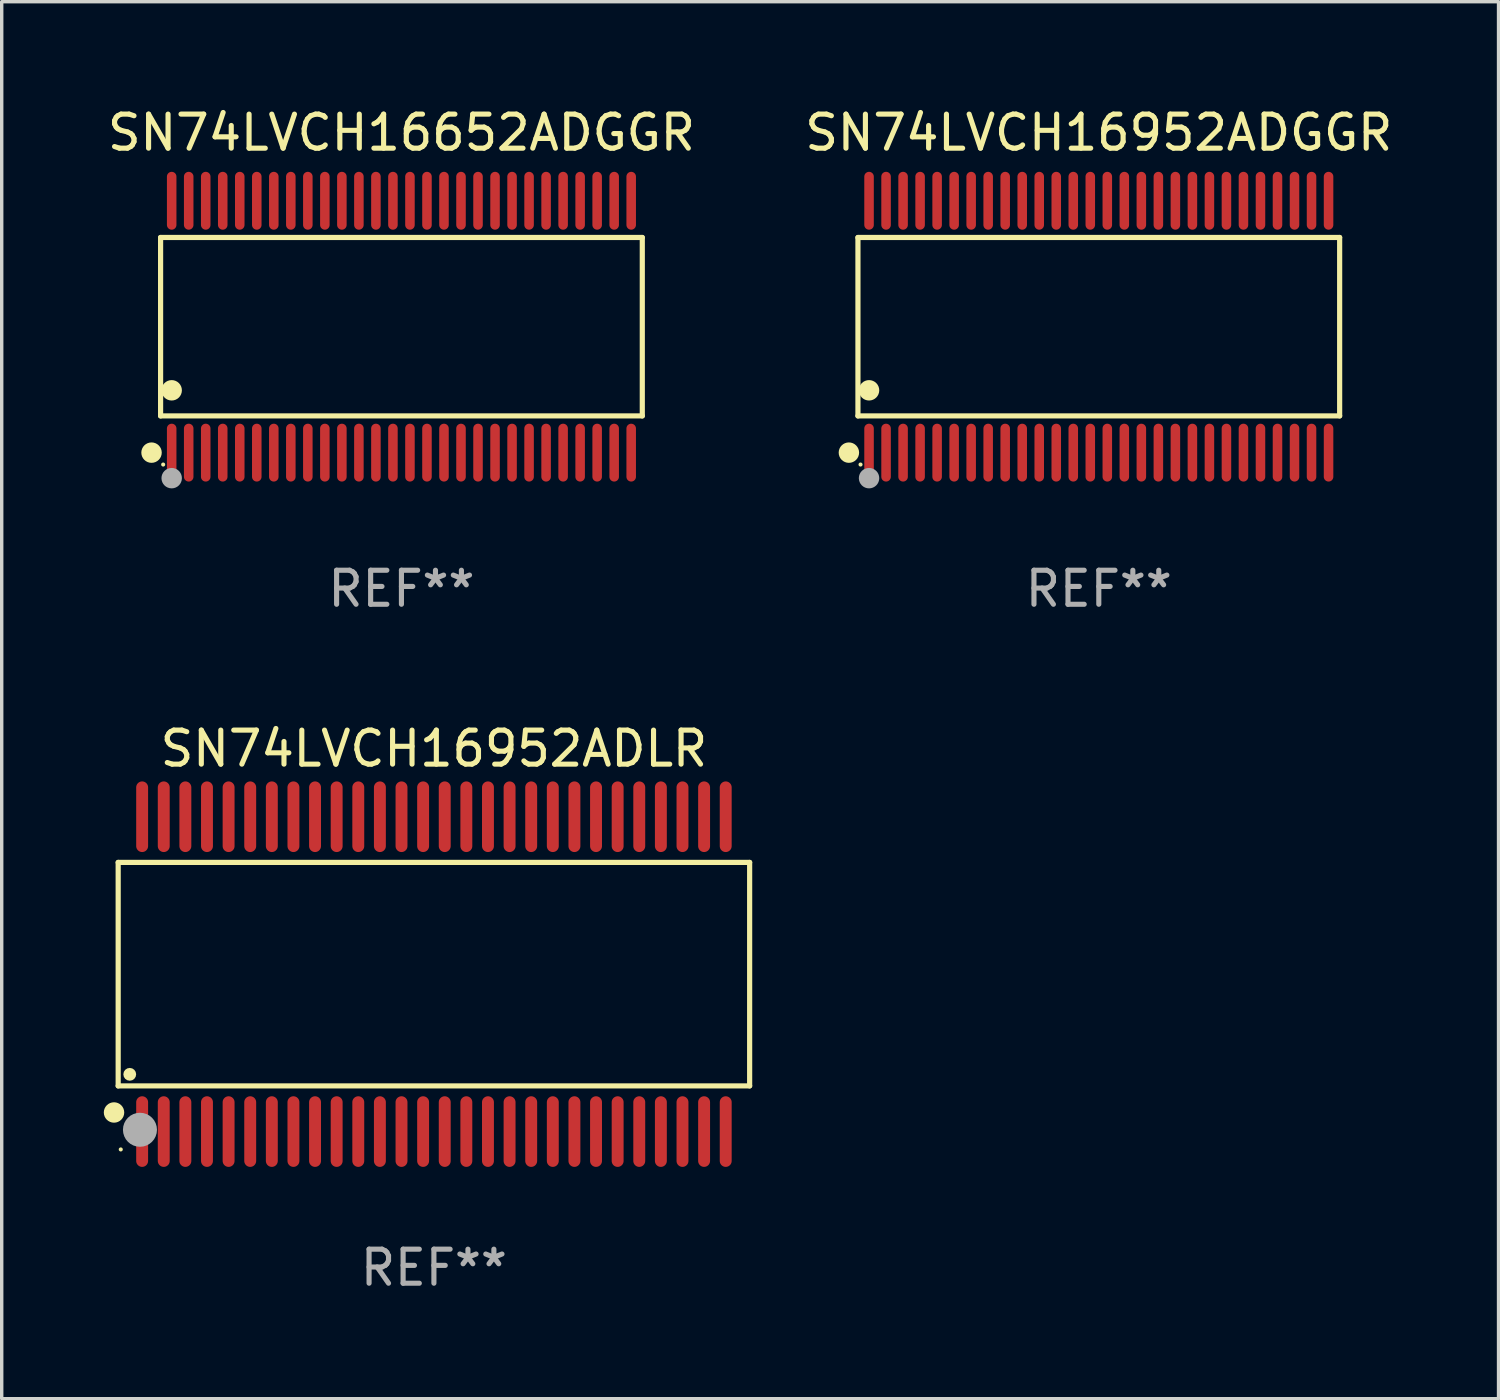
<source format=kicad_pcb>
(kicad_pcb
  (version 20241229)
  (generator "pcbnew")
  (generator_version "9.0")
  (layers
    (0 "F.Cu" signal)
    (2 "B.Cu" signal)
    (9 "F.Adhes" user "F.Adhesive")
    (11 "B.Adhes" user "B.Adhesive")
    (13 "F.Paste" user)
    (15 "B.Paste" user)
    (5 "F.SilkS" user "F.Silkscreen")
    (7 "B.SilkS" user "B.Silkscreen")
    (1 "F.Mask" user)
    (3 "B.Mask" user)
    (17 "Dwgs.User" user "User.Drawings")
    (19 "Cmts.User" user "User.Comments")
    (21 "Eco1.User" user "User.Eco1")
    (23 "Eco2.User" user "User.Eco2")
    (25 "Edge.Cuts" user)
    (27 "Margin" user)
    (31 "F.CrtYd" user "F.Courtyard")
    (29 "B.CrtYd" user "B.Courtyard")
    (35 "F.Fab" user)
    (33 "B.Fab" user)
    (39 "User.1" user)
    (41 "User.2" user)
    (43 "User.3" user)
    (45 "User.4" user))
  (footprint "SN74LVCH16952ADGGR"
    (layer "F.Cu")
    (at 29.232 6.548)
    (property "Reference" "SN74LVCH16952ADGGR" (at 0 -5.7 0) (layer "F.SilkS") (effects (font (size 1 1) (thickness 0.15))))
    (attr through_hole)
    (fp_line (start -7.076 -2.621) (end 7.076 -2.621) (stroke (width 0.152) (type solid)) (layer "F.SilkS"))
    (fp_line (start -7.076 2.621) (end -7.076 -2.621) (stroke (width 0.152) (type solid)) (layer "F.SilkS"))
    (fp_line (start 7.076 -2.621) (end 7.076 2.621) (stroke (width 0.152) (type solid)) (layer "F.SilkS"))
    (fp_line (start 7.076 2.621) (end -7.076 2.621) (stroke (width 0.152) (type solid)) (layer "F.SilkS"))
    (fp_circle (center -7.342 3.7) (end -7.192 3.7) (stroke (width 0.3) (type solid)) (fill no) (layer "F.SilkS"))
    (fp_circle (center -7 4.05) (end -6.97 4.05) (stroke (width 0.06) (type solid)) (fill no) (layer "F.SilkS"))
    (fp_circle (center -6.75 1.869) (end -6.6 1.869) (stroke (width 0.3) (type solid)) (fill no) (layer "F.SilkS"))
    (fp_circle (center -6.75 4.45) (end -6.6 4.45) (stroke (width 0.3) (type solid)) (fill no) (layer "F.Fab"))
    (fp_text user "REF**" (at 0 7.7 0) (layer "F.Fab") (effects (font (size 1 1) (thickness 0.15))))
    (pad "1" smd oval (at -6.75 3.7) (size 0.28 1.7) (layers "F.Cu" "F.Mask" "F.Paste"))
    (pad "2" smd oval (at -6.25 3.7) (size 0.28 1.7) (layers "F.Cu" "F.Mask" "F.Paste"))
    (pad "3" smd oval (at -5.75 3.7) (size 0.28 1.7) (layers "F.Cu" "F.Mask" "F.Paste"))
    (pad "4" smd oval (at -5.25 3.7) (size 0.28 1.7) (layers "F.Cu" "F.Mask" "F.Paste"))
    (pad "5" smd oval (at -4.75 3.7) (size 0.28 1.7) (layers "F.Cu" "F.Mask" "F.Paste"))
    (pad "6" smd oval (at -4.25 3.7) (size 0.28 1.7) (layers "F.Cu" "F.Mask" "F.Paste"))
    (pad "7" smd oval (at -3.75 3.7) (size 0.28 1.7) (layers "F.Cu" "F.Mask" "F.Paste"))
    (pad "8" smd oval (at -3.25 3.7) (size 0.28 1.7) (layers "F.Cu" "F.Mask" "F.Paste"))
    (pad "9" smd oval (at -2.75 3.7) (size 0.28 1.7) (layers "F.Cu" "F.Mask" "F.Paste"))
    (pad "10" smd oval (at -2.25 3.7) (size 0.28 1.7) (layers "F.Cu" "F.Mask" "F.Paste"))
    (pad "11" smd oval (at -1.75 3.7) (size 0.28 1.7) (layers "F.Cu" "F.Mask" "F.Paste"))
    (pad "12" smd oval (at -1.25 3.7) (size 0.28 1.7) (layers "F.Cu" "F.Mask" "F.Paste"))
    (pad "13" smd oval (at -0.75 3.7) (size 0.28 1.7) (layers "F.Cu" "F.Mask" "F.Paste"))
    (pad "14" smd oval (at -0.25 3.7) (size 0.28 1.7) (layers "F.Cu" "F.Mask" "F.Paste"))
    (pad "15" smd oval (at 0.25 3.7) (size 0.28 1.7) (layers "F.Cu" "F.Mask" "F.Paste"))
    (pad "16" smd oval (at 0.75 3.7) (size 0.28 1.7) (layers "F.Cu" "F.Mask" "F.Paste"))
    (pad "17" smd oval (at 1.25 3.7) (size 0.28 1.7) (layers "F.Cu" "F.Mask" "F.Paste"))
    (pad "18" smd oval (at 1.75 3.7) (size 0.28 1.7) (layers "F.Cu" "F.Mask" "F.Paste"))
    (pad "19" smd oval (at 2.25 3.7) (size 0.28 1.7) (layers "F.Cu" "F.Mask" "F.Paste"))
    (pad "20" smd oval (at 2.75 3.7) (size 0.28 1.7) (layers "F.Cu" "F.Mask" "F.Paste"))
    (pad "21" smd oval (at 3.25 3.7) (size 0.28 1.7) (layers "F.Cu" "F.Mask" "F.Paste"))
    (pad "22" smd oval (at 3.75 3.7) (size 0.28 1.7) (layers "F.Cu" "F.Mask" "F.Paste"))
    (pad "23" smd oval (at 4.25 3.7) (size 0.28 1.7) (layers "F.Cu" "F.Mask" "F.Paste"))
    (pad "24" smd oval (at 4.75 3.7) (size 0.28 1.7) (layers "F.Cu" "F.Mask" "F.Paste"))
    (pad "25" smd oval (at 5.25 3.7) (size 0.28 1.7) (layers "F.Cu" "F.Mask" "F.Paste"))
    (pad "26" smd oval (at 5.75 3.7) (size 0.28 1.7) (layers "F.Cu" "F.Mask" "F.Paste"))
    (pad "27" smd oval (at 6.25 3.7) (size 0.28 1.7) (layers "F.Cu" "F.Mask" "F.Paste"))
    (pad "28" smd oval (at 6.75 3.7) (size 0.28 1.7) (layers "F.Cu" "F.Mask" "F.Paste"))
    (pad "29" smd oval (at 6.75 -3.7) (size 0.28 1.7) (layers "F.Cu" "F.Mask" "F.Paste"))
    (pad "30" smd oval (at 6.25 -3.7) (size 0.28 1.7) (layers "F.Cu" "F.Mask" "F.Paste"))
    (pad "31" smd oval (at 5.75 -3.7) (size 0.28 1.7) (layers "F.Cu" "F.Mask" "F.Paste"))
    (pad "32" smd oval (at 5.25 -3.7) (size 0.28 1.7) (layers "F.Cu" "F.Mask" "F.Paste"))
    (pad "33" smd oval (at 4.75 -3.7) (size 0.28 1.7) (layers "F.Cu" "F.Mask" "F.Paste"))
    (pad "34" smd oval (at 4.25 -3.7) (size 0.28 1.7) (layers "F.Cu" "F.Mask" "F.Paste"))
    (pad "35" smd oval (at 3.75 -3.7) (size 0.28 1.7) (layers "F.Cu" "F.Mask" "F.Paste"))
    (pad "36" smd oval (at 3.25 -3.7) (size 0.28 1.7) (layers "F.Cu" "F.Mask" "F.Paste"))
    (pad "37" smd oval (at 2.75 -3.7) (size 0.28 1.7) (layers "F.Cu" "F.Mask" "F.Paste"))
    (pad "38" smd oval (at 2.25 -3.7) (size 0.28 1.7) (layers "F.Cu" "F.Mask" "F.Paste"))
    (pad "39" smd oval (at 1.75 -3.7) (size 0.28 1.7) (layers "F.Cu" "F.Mask" "F.Paste"))
    (pad "40" smd oval (at 1.25 -3.7) (size 0.28 1.7) (layers "F.Cu" "F.Mask" "F.Paste"))
    (pad "41" smd oval (at 0.75 -3.7) (size 0.28 1.7) (layers "F.Cu" "F.Mask" "F.Paste"))
    (pad "42" smd oval (at 0.25 -3.7) (size 0.28 1.7) (layers "F.Cu" "F.Mask" "F.Paste"))
    (pad "43" smd oval (at -0.25 -3.7) (size 0.28 1.7) (layers "F.Cu" "F.Mask" "F.Paste"))
    (pad "44" smd oval (at -0.75 -3.7) (size 0.28 1.7) (layers "F.Cu" "F.Mask" "F.Paste"))
    (pad "45" smd oval (at -1.25 -3.7) (size 0.28 1.7) (layers "F.Cu" "F.Mask" "F.Paste"))
    (pad "46" smd oval (at -1.75 -3.7) (size 0.28 1.7) (layers "F.Cu" "F.Mask" "F.Paste"))
    (pad "47" smd oval (at -2.25 -3.7) (size 0.28 1.7) (layers "F.Cu" "F.Mask" "F.Paste"))
    (pad "48" smd oval (at -2.75 -3.7) (size 0.28 1.7) (layers "F.Cu" "F.Mask" "F.Paste"))
    (pad "49" smd oval (at -3.25 -3.7) (size 0.28 1.7) (layers "F.Cu" "F.Mask" "F.Paste"))
    (pad "50" smd oval (at -3.75 -3.7) (size 0.28 1.7) (layers "F.Cu" "F.Mask" "F.Paste"))
    (pad "51" smd oval (at -4.25 -3.7) (size 0.28 1.7) (layers "F.Cu" "F.Mask" "F.Paste"))
    (pad "52" smd oval (at -4.75 -3.7) (size 0.28 1.7) (layers "F.Cu" "F.Mask" "F.Paste"))
    (pad "53" smd oval (at -5.25 -3.7) (size 0.28 1.7) (layers "F.Cu" "F.Mask" "F.Paste"))
    (pad "54" smd oval (at -5.75 -3.7) (size 0.28 1.7) (layers "F.Cu" "F.Mask" "F.Paste"))
    (pad "55" smd oval (at -6.25 -3.7) (size 0.28 1.7) (layers "F.Cu" "F.Mask" "F.Paste"))
    (pad "56" smd oval (at -6.75 -3.7) (size 0.28 1.7) (layers "F.Cu" "F.Mask" "F.Paste")))
  (footprint "SN74LVCH16652ADGGR"
    (layer "F.Cu")
    (at 8.744 6.548)
    (property "Reference" "SN74LVCH16652ADGGR" (at 0 -5.7 0) (layer "F.SilkS") (effects (font (size 1 1) (thickness 0.15))))
    (attr through_hole)
    (fp_line (start -7.076 -2.621) (end 7.076 -2.621) (stroke (width 0.152) (type solid)) (layer "F.SilkS"))
    (fp_line (start -7.076 2.621) (end -7.076 -2.621) (stroke (width 0.152) (type solid)) (layer "F.SilkS"))
    (fp_line (start 7.076 -2.621) (end 7.076 2.621) (stroke (width 0.152) (type solid)) (layer "F.SilkS"))
    (fp_line (start 7.076 2.621) (end -7.076 2.621) (stroke (width 0.152) (type solid)) (layer "F.SilkS"))
    (fp_circle (center -7.342 3.7) (end -7.192 3.7) (stroke (width 0.3) (type solid)) (fill no) (layer "F.SilkS"))
    (fp_circle (center -7 4.05) (end -6.97 4.05) (stroke (width 0.06) (type solid)) (fill no) (layer "F.SilkS"))
    (fp_circle (center -6.75 1.869) (end -6.6 1.869) (stroke (width 0.3) (type solid)) (fill no) (layer "F.SilkS"))
    (fp_circle (center -6.75 4.45) (end -6.6 4.45) (stroke (width 0.3) (type solid)) (fill no) (layer "F.Fab"))
    (fp_text user "REF**" (at 0 7.7 0) (layer "F.Fab") (effects (font (size 1 1) (thickness 0.15))))
    (pad "1" smd oval (at -6.75 3.7) (size 0.28 1.7) (layers "F.Cu" "F.Mask" "F.Paste"))
    (pad "2" smd oval (at -6.25 3.7) (size 0.28 1.7) (layers "F.Cu" "F.Mask" "F.Paste"))
    (pad "3" smd oval (at -5.75 3.7) (size 0.28 1.7) (layers "F.Cu" "F.Mask" "F.Paste"))
    (pad "4" smd oval (at -5.25 3.7) (size 0.28 1.7) (layers "F.Cu" "F.Mask" "F.Paste"))
    (pad "5" smd oval (at -4.75 3.7) (size 0.28 1.7) (layers "F.Cu" "F.Mask" "F.Paste"))
    (pad "6" smd oval (at -4.25 3.7) (size 0.28 1.7) (layers "F.Cu" "F.Mask" "F.Paste"))
    (pad "7" smd oval (at -3.75 3.7) (size 0.28 1.7) (layers "F.Cu" "F.Mask" "F.Paste"))
    (pad "8" smd oval (at -3.25 3.7) (size 0.28 1.7) (layers "F.Cu" "F.Mask" "F.Paste"))
    (pad "9" smd oval (at -2.75 3.7) (size 0.28 1.7) (layers "F.Cu" "F.Mask" "F.Paste"))
    (pad "10" smd oval (at -2.25 3.7) (size 0.28 1.7) (layers "F.Cu" "F.Mask" "F.Paste"))
    (pad "11" smd oval (at -1.75 3.7) (size 0.28 1.7) (layers "F.Cu" "F.Mask" "F.Paste"))
    (pad "12" smd oval (at -1.25 3.7) (size 0.28 1.7) (layers "F.Cu" "F.Mask" "F.Paste"))
    (pad "13" smd oval (at -0.75 3.7) (size 0.28 1.7) (layers "F.Cu" "F.Mask" "F.Paste"))
    (pad "14" smd oval (at -0.25 3.7) (size 0.28 1.7) (layers "F.Cu" "F.Mask" "F.Paste"))
    (pad "15" smd oval (at 0.25 3.7) (size 0.28 1.7) (layers "F.Cu" "F.Mask" "F.Paste"))
    (pad "16" smd oval (at 0.75 3.7) (size 0.28 1.7) (layers "F.Cu" "F.Mask" "F.Paste"))
    (pad "17" smd oval (at 1.25 3.7) (size 0.28 1.7) (layers "F.Cu" "F.Mask" "F.Paste"))
    (pad "18" smd oval (at 1.75 3.7) (size 0.28 1.7) (layers "F.Cu" "F.Mask" "F.Paste"))
    (pad "19" smd oval (at 2.25 3.7) (size 0.28 1.7) (layers "F.Cu" "F.Mask" "F.Paste"))
    (pad "20" smd oval (at 2.75 3.7) (size 0.28 1.7) (layers "F.Cu" "F.Mask" "F.Paste"))
    (pad "21" smd oval (at 3.25 3.7) (size 0.28 1.7) (layers "F.Cu" "F.Mask" "F.Paste"))
    (pad "22" smd oval (at 3.75 3.7) (size 0.28 1.7) (layers "F.Cu" "F.Mask" "F.Paste"))
    (pad "23" smd oval (at 4.25 3.7) (size 0.28 1.7) (layers "F.Cu" "F.Mask" "F.Paste"))
    (pad "24" smd oval (at 4.75 3.7) (size 0.28 1.7) (layers "F.Cu" "F.Mask" "F.Paste"))
    (pad "25" smd oval (at 5.25 3.7) (size 0.28 1.7) (layers "F.Cu" "F.Mask" "F.Paste"))
    (pad "26" smd oval (at 5.75 3.7) (size 0.28 1.7) (layers "F.Cu" "F.Mask" "F.Paste"))
    (pad "27" smd oval (at 6.25 3.7) (size 0.28 1.7) (layers "F.Cu" "F.Mask" "F.Paste"))
    (pad "28" smd oval (at 6.75 3.7) (size 0.28 1.7) (layers "F.Cu" "F.Mask" "F.Paste"))
    (pad "29" smd oval (at 6.75 -3.7) (size 0.28 1.7) (layers "F.Cu" "F.Mask" "F.Paste"))
    (pad "30" smd oval (at 6.25 -3.7) (size 0.28 1.7) (layers "F.Cu" "F.Mask" "F.Paste"))
    (pad "31" smd oval (at 5.75 -3.7) (size 0.28 1.7) (layers "F.Cu" "F.Mask" "F.Paste"))
    (pad "32" smd oval (at 5.25 -3.7) (size 0.28 1.7) (layers "F.Cu" "F.Mask" "F.Paste"))
    (pad "33" smd oval (at 4.75 -3.7) (size 0.28 1.7) (layers "F.Cu" "F.Mask" "F.Paste"))
    (pad "34" smd oval (at 4.25 -3.7) (size 0.28 1.7) (layers "F.Cu" "F.Mask" "F.Paste"))
    (pad "35" smd oval (at 3.75 -3.7) (size 0.28 1.7) (layers "F.Cu" "F.Mask" "F.Paste"))
    (pad "36" smd oval (at 3.25 -3.7) (size 0.28 1.7) (layers "F.Cu" "F.Mask" "F.Paste"))
    (pad "37" smd oval (at 2.75 -3.7) (size 0.28 1.7) (layers "F.Cu" "F.Mask" "F.Paste"))
    (pad "38" smd oval (at 2.25 -3.7) (size 0.28 1.7) (layers "F.Cu" "F.Mask" "F.Paste"))
    (pad "39" smd oval (at 1.75 -3.7) (size 0.28 1.7) (layers "F.Cu" "F.Mask" "F.Paste"))
    (pad "40" smd oval (at 1.25 -3.7) (size 0.28 1.7) (layers "F.Cu" "F.Mask" "F.Paste"))
    (pad "41" smd oval (at 0.75 -3.7) (size 0.28 1.7) (layers "F.Cu" "F.Mask" "F.Paste"))
    (pad "42" smd oval (at 0.25 -3.7) (size 0.28 1.7) (layers "F.Cu" "F.Mask" "F.Paste"))
    (pad "43" smd oval (at -0.25 -3.7) (size 0.28 1.7) (layers "F.Cu" "F.Mask" "F.Paste"))
    (pad "44" smd oval (at -0.75 -3.7) (size 0.28 1.7) (layers "F.Cu" "F.Mask" "F.Paste"))
    (pad "45" smd oval (at -1.25 -3.7) (size 0.28 1.7) (layers "F.Cu" "F.Mask" "F.Paste"))
    (pad "46" smd oval (at -1.75 -3.7) (size 0.28 1.7) (layers "F.Cu" "F.Mask" "F.Paste"))
    (pad "47" smd oval (at -2.25 -3.7) (size 0.28 1.7) (layers "F.Cu" "F.Mask" "F.Paste"))
    (pad "48" smd oval (at -2.75 -3.7) (size 0.28 1.7) (layers "F.Cu" "F.Mask" "F.Paste"))
    (pad "49" smd oval (at -3.25 -3.7) (size 0.28 1.7) (layers "F.Cu" "F.Mask" "F.Paste"))
    (pad "50" smd oval (at -3.75 -3.7) (size 0.28 1.7) (layers "F.Cu" "F.Mask" "F.Paste"))
    (pad "51" smd oval (at -4.25 -3.7) (size 0.28 1.7) (layers "F.Cu" "F.Mask" "F.Paste"))
    (pad "52" smd oval (at -4.75 -3.7) (size 0.28 1.7) (layers "F.Cu" "F.Mask" "F.Paste"))
    (pad "53" smd oval (at -5.25 -3.7) (size 0.28 1.7) (layers "F.Cu" "F.Mask" "F.Paste"))
    (pad "54" smd oval (at -5.75 -3.7) (size 0.28 1.7) (layers "F.Cu" "F.Mask" "F.Paste"))
    (pad "55" smd oval (at -6.25 -3.7) (size 0.28 1.7) (layers "F.Cu" "F.Mask" "F.Paste"))
    (pad "56" smd oval (at -6.75 -3.7) (size 0.28 1.7) (layers "F.Cu" "F.Mask" "F.Paste")))
  (footprint "SN74LVCH16952ADLR"
    (layer "F.Cu")
    (at 9.698 25.57)
    (property "Reference" "SN74LVCH16952ADLR" (at 0 -6.625 0) (layer "F.SilkS") (effects (font (size 1 1) (thickness 0.15))))
    (attr through_hole)
    (fp_line (start -9.276 -3.283) (end 9.276 -3.283) (stroke (width 0.152) (type solid)) (layer "F.SilkS"))
    (fp_line (start -9.276 3.283) (end -9.276 -3.283) (stroke (width 0.152) (type solid)) (layer "F.SilkS"))
    (fp_line (start 9.276 -3.283) (end 9.276 3.283) (stroke (width 0.152) (type solid)) (layer "F.SilkS"))
    (fp_line (start 9.276 3.283) (end -9.276 3.283) (stroke (width 0.152) (type solid)) (layer "F.SilkS"))
    (fp_circle (center -9.398 4.064) (end -9.248 4.064) (stroke (width 0.3) (type solid)) (fill no) (layer "F.SilkS"))
    (fp_circle (center -9.2 5.15) (end -9.17 5.15) (stroke (width 0.06) (type solid)) (fill no) (layer "F.SilkS"))
    (fp_circle (center -8.936 2.943) (end -8.842 2.943) (stroke (width 0.188) (type solid)) (fill no) (layer "F.SilkS"))
    (fp_circle (center -8.636 4.572) (end -8.386 4.572) (stroke (width 0.5) (type solid)) (fill no) (layer "F.Fab"))
    (fp_text user "REF**" (at 0 8.625 0) (layer "F.Fab") (effects (font (size 1 1) (thickness 0.15))))
    (pad "1" smd oval (at -8.572 4.625 90) (size 2.075 0.35) (layers "F.Cu" "F.Mask" "F.Paste"))
    (pad "2" smd oval (at -7.937 4.625 90) (size 2.075 0.35) (layers "F.Cu" "F.Mask" "F.Paste"))
    (pad "3" smd oval (at -7.302 4.625 90) (size 2.075 0.35) (layers "F.Cu" "F.Mask" "F.Paste"))
    (pad "4" smd oval (at -6.667 4.625 90) (size 2.075 0.35) (layers "F.Cu" "F.Mask" "F.Paste"))
    (pad "5" smd oval (at -6.032 4.625 90) (size 2.075 0.35) (layers "F.Cu" "F.Mask" "F.Paste"))
    (pad "6" smd oval (at -5.397 4.625 90) (size 2.075 0.35) (layers "F.Cu" "F.Mask" "F.Paste"))
    (pad "7" smd oval (at -4.762 4.625 90) (size 2.075 0.35) (layers "F.Cu" "F.Mask" "F.Paste"))
    (pad "8" smd oval (at -4.127 4.625 90) (size 2.075 0.35) (layers "F.Cu" "F.Mask" "F.Paste"))
    (pad "9" smd oval (at -3.492 4.625 90) (size 2.075 0.35) (layers "F.Cu" "F.Mask" "F.Paste"))
    (pad "10" smd oval (at -2.857 4.625 90) (size 2.075 0.35) (layers "F.Cu" "F.Mask" "F.Paste"))
    (pad "11" smd oval (at -2.222 4.625 90) (size 2.075 0.35) (layers "F.Cu" "F.Mask" "F.Paste"))
    (pad "12" smd oval (at -1.587 4.625 90) (size 2.075 0.35) (layers "F.Cu" "F.Mask" "F.Paste"))
    (pad "13" smd oval (at -0.952 4.625 90) (size 2.075 0.35) (layers "F.Cu" "F.Mask" "F.Paste"))
    (pad "14" smd oval (at -0.317 4.625 90) (size 2.075 0.35) (layers "F.Cu" "F.Mask" "F.Paste"))
    (pad "15" smd oval (at 0.318 4.625 90) (size 2.075 0.35) (layers "F.Cu" "F.Mask" "F.Paste"))
    (pad "16" smd oval (at 0.953 4.625 90) (size 2.075 0.35) (layers "F.Cu" "F.Mask" "F.Paste"))
    (pad "17" smd oval (at 1.588 4.625 90) (size 2.075 0.35) (layers "F.Cu" "F.Mask" "F.Paste"))
    (pad "18" smd oval (at 2.223 4.625 90) (size 2.075 0.35) (layers "F.Cu" "F.Mask" "F.Paste"))
    (pad "19" smd oval (at 2.858 4.625 90) (size 2.075 0.35) (layers "F.Cu" "F.Mask" "F.Paste"))
    (pad "20" smd oval (at 3.493 4.625 90) (size 2.075 0.35) (layers "F.Cu" "F.Mask" "F.Paste"))
    (pad "21" smd oval (at 4.128 4.625 90) (size 2.075 0.35) (layers "F.Cu" "F.Mask" "F.Paste"))
    (pad "22" smd oval (at 4.763 4.625 90) (size 2.075 0.35) (layers "F.Cu" "F.Mask" "F.Paste"))
    (pad "23" smd oval (at 5.398 4.625 90) (size 2.075 0.35) (layers "F.Cu" "F.Mask" "F.Paste"))
    (pad "24" smd oval (at 6.033 4.625 90) (size 2.075 0.35) (layers "F.Cu" "F.Mask" "F.Paste"))
    (pad "25" smd oval (at 6.668 4.625 90) (size 2.075 0.35) (layers "F.Cu" "F.Mask" "F.Paste"))
    (pad "26" smd oval (at 7.303 4.625 90) (size 2.075 0.35) (layers "F.Cu" "F.Mask" "F.Paste"))
    (pad "27" smd oval (at 7.938 4.625 90) (size 2.075 0.35) (layers "F.Cu" "F.Mask" "F.Paste"))
    (pad "28" smd oval (at 8.573 4.625 90) (size 2.075 0.35) (layers "F.Cu" "F.Mask" "F.Paste"))
    (pad "29" smd oval (at 8.573 -4.625 90) (size 2.075 0.35) (layers "F.Cu" "F.Mask" "F.Paste"))
    (pad "30" smd oval (at 7.938 -4.625 90) (size 2.075 0.35) (layers "F.Cu" "F.Mask" "F.Paste"))
    (pad "31" smd oval (at 7.303 -4.625 90) (size 2.075 0.35) (layers "F.Cu" "F.Mask" "F.Paste"))
    (pad "32" smd oval (at 6.668 -4.625 90) (size 2.075 0.35) (layers "F.Cu" "F.Mask" "F.Paste"))
    (pad "33" smd oval (at 6.033 -4.625 90) (size 2.075 0.35) (layers "F.Cu" "F.Mask" "F.Paste"))
    (pad "34" smd oval (at 5.398 -4.625 90) (size 2.075 0.35) (layers "F.Cu" "F.Mask" "F.Paste"))
    (pad "35" smd oval (at 4.763 -4.625 90) (size 2.075 0.35) (layers "F.Cu" "F.Mask" "F.Paste"))
    (pad "36" smd oval (at 4.128 -4.625 90) (size 2.075 0.35) (layers "F.Cu" "F.Mask" "F.Paste"))
    (pad "37" smd oval (at 3.493 -4.625 90) (size 2.075 0.35) (layers "F.Cu" "F.Mask" "F.Paste"))
    (pad "38" smd oval (at 2.858 -4.625 90) (size 2.075 0.35) (layers "F.Cu" "F.Mask" "F.Paste"))
    (pad "39" smd oval (at 2.223 -4.625 90) (size 2.075 0.35) (layers "F.Cu" "F.Mask" "F.Paste"))
    (pad "40" smd oval (at 1.588 -4.625 90) (size 2.075 0.35) (layers "F.Cu" "F.Mask" "F.Paste"))
    (pad "41" smd oval (at 0.953 -4.625 90) (size 2.075 0.35) (layers "F.Cu" "F.Mask" "F.Paste"))
    (pad "42" smd oval (at 0.318 -4.625 90) (size 2.075 0.35) (layers "F.Cu" "F.Mask" "F.Paste"))
    (pad "43" smd oval (at -0.317 -4.625 90) (size 2.075 0.35) (layers "F.Cu" "F.Mask" "F.Paste"))
    (pad "44" smd oval (at -0.952 -4.625 90) (size 2.075 0.35) (layers "F.Cu" "F.Mask" "F.Paste"))
    (pad "45" smd oval (at -1.587 -4.625 90) (size 2.075 0.35) (layers "F.Cu" "F.Mask" "F.Paste"))
    (pad "46" smd oval (at -2.222 -4.625 90) (size 2.075 0.35) (layers "F.Cu" "F.Mask" "F.Paste"))
    (pad "47" smd oval (at -2.857 -4.625 90) (size 2.075 0.35) (layers "F.Cu" "F.Mask" "F.Paste"))
    (pad "48" smd oval (at -3.492 -4.625 90) (size 2.075 0.35) (layers "F.Cu" "F.Mask" "F.Paste"))
    (pad "49" smd oval (at -4.127 -4.625 90) (size 2.075 0.35) (layers "F.Cu" "F.Mask" "F.Paste"))
    (pad "50" smd oval (at -4.762 -4.625 90) (size 2.075 0.35) (layers "F.Cu" "F.Mask" "F.Paste"))
    (pad "51" smd oval (at -5.397 -4.625 90) (size 2.075 0.35) (layers "F.Cu" "F.Mask" "F.Paste"))
    (pad "52" smd oval (at -6.032 -4.625 90) (size 2.075 0.35) (layers "F.Cu" "F.Mask" "F.Paste"))
    (pad "53" smd oval (at -6.667 -4.625 90) (size 2.075 0.35) (layers "F.Cu" "F.Mask" "F.Paste"))
    (pad "54" smd oval (at -7.302 -4.625 90) (size 2.075 0.35) (layers "F.Cu" "F.Mask" "F.Paste"))
    (pad "55" smd oval (at -7.937 -4.625 90) (size 2.075 0.35) (layers "F.Cu" "F.Mask" "F.Paste"))
    (pad "56" smd oval (at -8.572 -4.625 90) (size 2.075 0.35) (layers "F.Cu" "F.Mask" "F.Paste")))
  (gr_rect
    (start -3 -3)
    (end 40.976 38.043)
    (stroke (width 0.1) (type default))
    (fill no)
    (layer "Edge.Cuts")))
</source>
